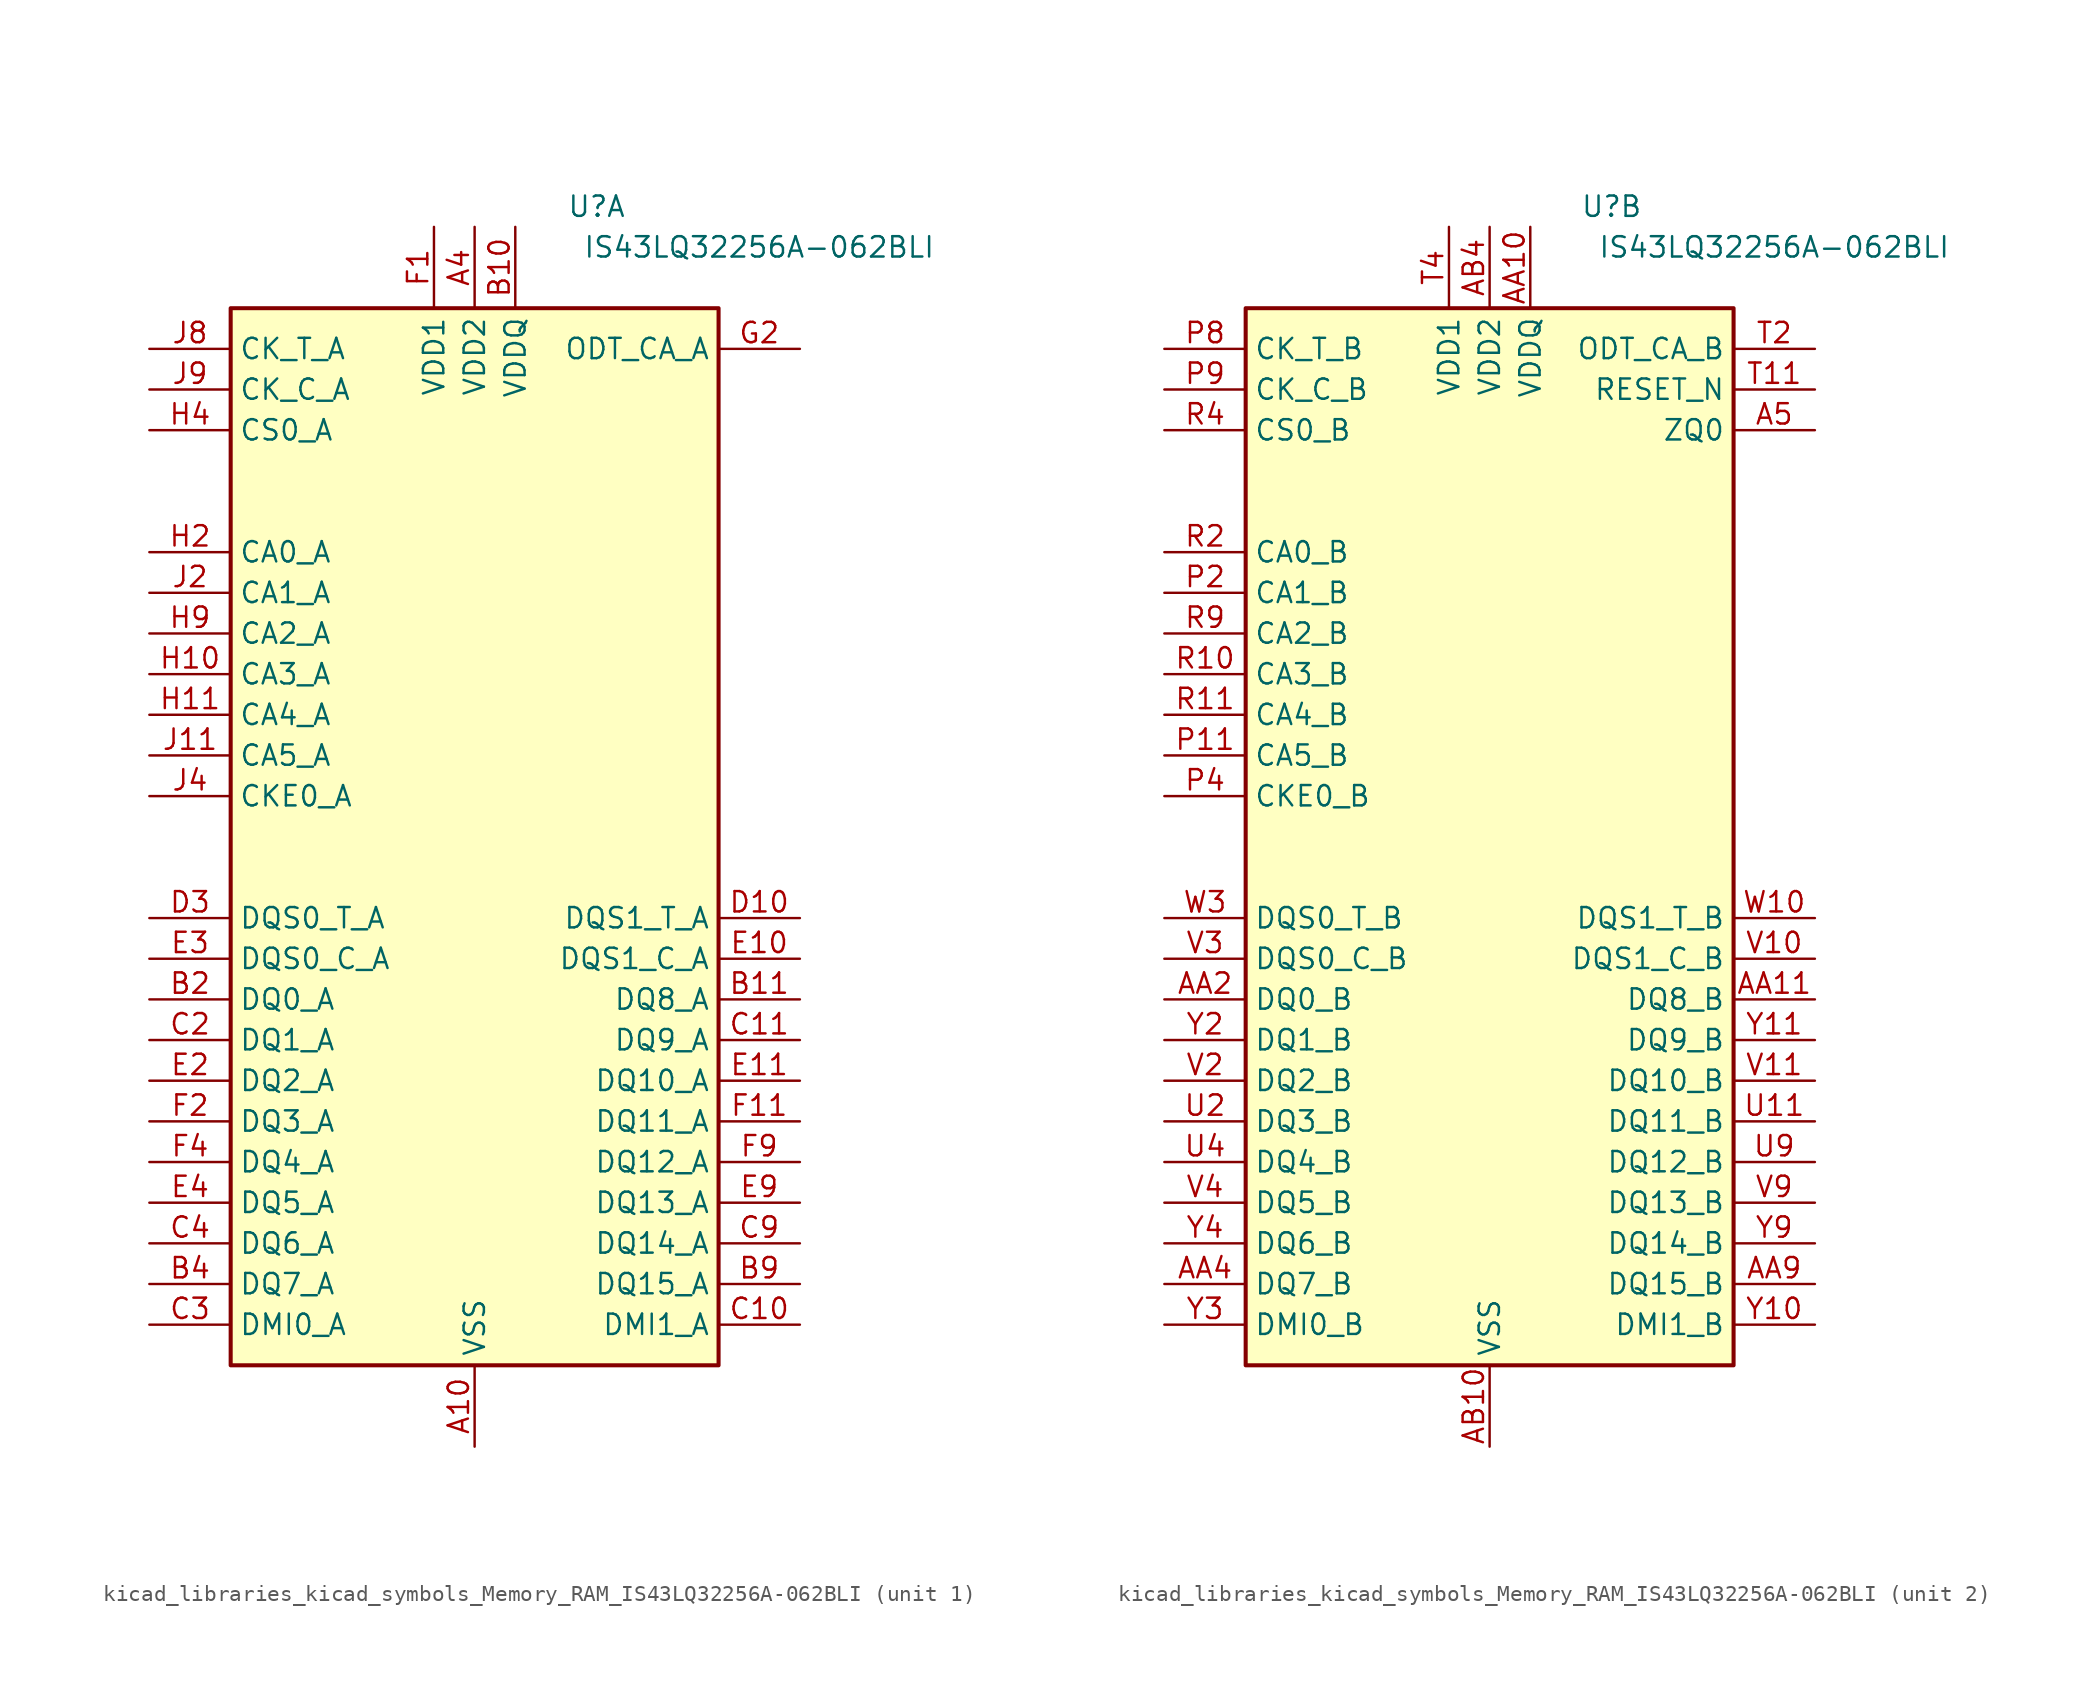
<source format=kicad_sym>
(kicad_symbol_lib
  (version 20220914)
  (generator kicad_symbol_editor)
  (symbol "kicad_libraries_kicad_symbols_Memory_RAM_IS43LQ32256A-062BLI"
    (property "Reference" "U"
      (at 7.62 39.37 0)
      (effects (font (size 1.27 1.27))))
    (property "Value" "IS43LQ32256A-062BLI"
      (at 17.78 36.83 0)
      (effects (font (size 1.27 1.27))))
    (property "ki_locked" ""
      (at 0 0 0)
      (effects (font (size 1.27 1.27))))
    (symbol "kicad_libraries_kicad_symbols_Memory_RAM_IS43LQ32256A-062BLI_1_0"
      (rectangle (start -15.24 -33.02) (end 15.24 33.02) (stroke (width 0.254) (type default)) (fill (type background))))
    (symbol "kicad_libraries_kicad_symbols_Memory_RAM_IS43LQ32256A-062BLI_1_1"
      (pin no_connect line (at 15.24 12.7 180) (length 5.08) hide (name "DNU" (effects (font (size 1.27 1.27)))) (number "A1" (effects (font (size 1.27 1.27)))))
      (pin power_in line (at 0 -38.1 90) (length 5.08) (name "VSS" (effects (font (size 1.27 1.27)))) (number "A10" (effects (font (size 1.27 1.27)))))
      (pin no_connect line (at 15.24 7.62 180) (length 5.08) hide (name "DNU" (effects (font (size 1.27 1.27)))) (number "A11" (effects (font (size 1.27 1.27)))))
      (pin no_connect line (at 15.24 5.08 180) (length 5.08) hide (name "DNU" (effects (font (size 1.27 1.27)))) (number "A12" (effects (font (size 1.27 1.27)))))
      (pin no_connect line (at 15.24 10.16 180) (length 5.08) hide (name "DNU" (effects (font (size 1.27 1.27)))) (number "A2" (effects (font (size 1.27 1.27)))))
      (pin passive line (at 0 -38.1 90) (length 5.08) hide (name "VSS" (effects (font (size 1.27 1.27)))) (number "A3" (effects (font (size 1.27 1.27)))))
      (pin power_in line (at 0 38.1 270) (length 5.08) (name "VDD2" (effects (font (size 1.27 1.27)))) (number "A4" (effects (font (size 1.27 1.27)))))
      (pin passive line (at 0 38.1 270) (length 5.08) hide (name "VDD2" (effects (font (size 1.27 1.27)))) (number "A9" (effects (font (size 1.27 1.27)))))
      (pin no_connect line (at 15.24 2.54 180) (length 5.08) hide (name "DNU" (effects (font (size 1.27 1.27)))) (number "B1" (effects (font (size 1.27 1.27)))))
      (pin power_in line (at 2.54 38.1 270) (length 5.08) (name "VDDQ" (effects (font (size 1.27 1.27)))) (number "B10" (effects (font (size 1.27 1.27)))))
      (pin bidirectional line (at 20.32 -10.16 180) (length 5.08) (name "DQ8_A" (effects (font (size 1.27 1.27)))) (number "B11" (effects (font (size 1.27 1.27)))))
      (pin no_connect line (at 15.24 0 180) (length 5.08) hide (name "DNU" (effects (font (size 1.27 1.27)))) (number "B12" (effects (font (size 1.27 1.27)))))
      (pin bidirectional line (at -20.32 -10.16 0) (length 5.08) (name "DQ0_A" (effects (font (size 1.27 1.27)))) (number "B2" (effects (font (size 1.27 1.27)))))
      (pin passive line (at 2.54 38.1 270) (length 5.08) hide (name "VDDQ" (effects (font (size 1.27 1.27)))) (number "B3" (effects (font (size 1.27 1.27)))))
      (pin bidirectional line (at -20.32 -27.94 0) (length 5.08) (name "DQ7_A" (effects (font (size 1.27 1.27)))) (number "B4" (effects (font (size 1.27 1.27)))))
      (pin passive line (at 2.54 38.1 270) (length 5.08) hide (name "VDDQ" (effects (font (size 1.27 1.27)))) (number "B5" (effects (font (size 1.27 1.27)))))
      (pin passive line (at 2.54 38.1 270) (length 5.08) hide (name "VDDQ" (effects (font (size 1.27 1.27)))) (number "B8" (effects (font (size 1.27 1.27)))))
      (pin bidirectional line (at 20.32 -27.94 180) (length 5.08) (name "DQ15_A" (effects (font (size 1.27 1.27)))) (number "B9" (effects (font (size 1.27 1.27)))))
      (pin passive line (at 0 -38.1 90) (length 5.08) hide (name "VSS" (effects (font (size 1.27 1.27)))) (number "C1" (effects (font (size 1.27 1.27)))))
      (pin bidirectional line (at 20.32 -30.48 180) (length 5.08) (name "DMI1_A" (effects (font (size 1.27 1.27)))) (number "C10" (effects (font (size 1.27 1.27)))))
      (pin bidirectional line (at 20.32 -12.7 180) (length 5.08) (name "DQ9_A" (effects (font (size 1.27 1.27)))) (number "C11" (effects (font (size 1.27 1.27)))))
      (pin passive line (at 0 -38.1 90) (length 5.08) hide (name "VSS" (effects (font (size 1.27 1.27)))) (number "C12" (effects (font (size 1.27 1.27)))))
      (pin bidirectional line (at -20.32 -12.7 0) (length 5.08) (name "DQ1_A" (effects (font (size 1.27 1.27)))) (number "C2" (effects (font (size 1.27 1.27)))))
      (pin bidirectional line (at -20.32 -30.48 0) (length 5.08) (name "DMI0_A" (effects (font (size 1.27 1.27)))) (number "C3" (effects (font (size 1.27 1.27)))))
      (pin bidirectional line (at -20.32 -25.4 0) (length 5.08) (name "DQ6_A" (effects (font (size 1.27 1.27)))) (number "C4" (effects (font (size 1.27 1.27)))))
      (pin passive line (at 0 -38.1 90) (length 5.08) hide (name "VSS" (effects (font (size 1.27 1.27)))) (number "C5" (effects (font (size 1.27 1.27)))))
      (pin passive line (at 0 -38.1 90) (length 5.08) hide (name "VSS" (effects (font (size 1.27 1.27)))) (number "C8" (effects (font (size 1.27 1.27)))))
      (pin bidirectional line (at 20.32 -25.4 180) (length 5.08) (name "DQ14_A" (effects (font (size 1.27 1.27)))) (number "C9" (effects (font (size 1.27 1.27)))))
      (pin passive line (at 2.54 38.1 270) (length 5.08) hide (name "VDDQ" (effects (font (size 1.27 1.27)))) (number "D1" (effects (font (size 1.27 1.27)))))
      (pin bidirectional line (at 20.32 -5.08 180) (length 5.08) (name "DQS1_T_A" (effects (font (size 1.27 1.27)))) (number "D10" (effects (font (size 1.27 1.27)))))
      (pin passive line (at 0 -38.1 90) (length 5.08) hide (name "VSS" (effects (font (size 1.27 1.27)))) (number "D11" (effects (font (size 1.27 1.27)))))
      (pin passive line (at 2.54 38.1 270) (length 5.08) hide (name "VDDQ" (effects (font (size 1.27 1.27)))) (number "D12" (effects (font (size 1.27 1.27)))))
      (pin passive line (at 0 -38.1 90) (length 5.08) hide (name "VSS" (effects (font (size 1.27 1.27)))) (number "D2" (effects (font (size 1.27 1.27)))))
      (pin bidirectional line (at -20.32 -5.08 0) (length 5.08) (name "DQS0_T_A" (effects (font (size 1.27 1.27)))) (number "D3" (effects (font (size 1.27 1.27)))))
      (pin passive line (at 0 -38.1 90) (length 5.08) hide (name "VSS" (effects (font (size 1.27 1.27)))) (number "D4" (effects (font (size 1.27 1.27)))))
      (pin passive line (at 2.54 38.1 270) (length 5.08) hide (name "VDDQ" (effects (font (size 1.27 1.27)))) (number "D5" (effects (font (size 1.27 1.27)))))
      (pin passive line (at 2.54 38.1 270) (length 5.08) hide (name "VDDQ" (effects (font (size 1.27 1.27)))) (number "D8" (effects (font (size 1.27 1.27)))))
      (pin passive line (at 0 -38.1 90) (length 5.08) hide (name "VSS" (effects (font (size 1.27 1.27)))) (number "D9" (effects (font (size 1.27 1.27)))))
      (pin passive line (at 0 -38.1 90) (length 5.08) hide (name "VSS" (effects (font (size 1.27 1.27)))) (number "E1" (effects (font (size 1.27 1.27)))))
      (pin bidirectional line (at 20.32 -7.62 180) (length 5.08) (name "DQS1_C_A" (effects (font (size 1.27 1.27)))) (number "E10" (effects (font (size 1.27 1.27)))))
      (pin bidirectional line (at 20.32 -15.24 180) (length 5.08) (name "DQ10_A" (effects (font (size 1.27 1.27)))) (number "E11" (effects (font (size 1.27 1.27)))))
      (pin passive line (at 0 -38.1 90) (length 5.08) hide (name "VSS" (effects (font (size 1.27 1.27)))) (number "E12" (effects (font (size 1.27 1.27)))))
      (pin bidirectional line (at -20.32 -15.24 0) (length 5.08) (name "DQ2_A" (effects (font (size 1.27 1.27)))) (number "E2" (effects (font (size 1.27 1.27)))))
      (pin bidirectional line (at -20.32 -7.62 0) (length 5.08) (name "DQS0_C_A" (effects (font (size 1.27 1.27)))) (number "E3" (effects (font (size 1.27 1.27)))))
      (pin bidirectional line (at -20.32 -22.86 0) (length 5.08) (name "DQ5_A" (effects (font (size 1.27 1.27)))) (number "E4" (effects (font (size 1.27 1.27)))))
      (pin passive line (at 0 -38.1 90) (length 5.08) hide (name "VSS" (effects (font (size 1.27 1.27)))) (number "E5" (effects (font (size 1.27 1.27)))))
      (pin passive line (at 0 -38.1 90) (length 5.08) hide (name "VSS" (effects (font (size 1.27 1.27)))) (number "E8" (effects (font (size 1.27 1.27)))))
      (pin bidirectional line (at 20.32 -22.86 180) (length 5.08) (name "DQ13_A" (effects (font (size 1.27 1.27)))) (number "E9" (effects (font (size 1.27 1.27)))))
      (pin power_in line (at -2.54 38.1 270) (length 5.08) (name "VDD1" (effects (font (size 1.27 1.27)))) (number "F1" (effects (font (size 1.27 1.27)))))
      (pin passive line (at 2.54 38.1 270) (length 5.08) hide (name "VDDQ" (effects (font (size 1.27 1.27)))) (number "F10" (effects (font (size 1.27 1.27)))))
      (pin bidirectional line (at 20.32 -17.78 180) (length 5.08) (name "DQ11_A" (effects (font (size 1.27 1.27)))) (number "F11" (effects (font (size 1.27 1.27)))))
      (pin passive line (at -2.54 38.1 270) (length 5.08) hide (name "VDD1" (effects (font (size 1.27 1.27)))) (number "F12" (effects (font (size 1.27 1.27)))))
      (pin bidirectional line (at -20.32 -17.78 0) (length 5.08) (name "DQ3_A" (effects (font (size 1.27 1.27)))) (number "F2" (effects (font (size 1.27 1.27)))))
      (pin passive line (at 2.54 38.1 270) (length 5.08) hide (name "VDDQ" (effects (font (size 1.27 1.27)))) (number "F3" (effects (font (size 1.27 1.27)))))
      (pin bidirectional line (at -20.32 -20.32 0) (length 5.08) (name "DQ4_A" (effects (font (size 1.27 1.27)))) (number "F4" (effects (font (size 1.27 1.27)))))
      (pin passive line (at 0 38.1 270) (length 5.08) hide (name "VDD2" (effects (font (size 1.27 1.27)))) (number "F5" (effects (font (size 1.27 1.27)))))
      (pin passive line (at 0 38.1 270) (length 5.08) hide (name "VDD2" (effects (font (size 1.27 1.27)))) (number "F8" (effects (font (size 1.27 1.27)))))
      (pin bidirectional line (at 20.32 -20.32 180) (length 5.08) (name "DQ12_A" (effects (font (size 1.27 1.27)))) (number "F9" (effects (font (size 1.27 1.27)))))
      (pin passive line (at 0 -38.1 90) (length 5.08) hide (name "VSS" (effects (font (size 1.27 1.27)))) (number "G1" (effects (font (size 1.27 1.27)))))
      (pin passive line (at 0 -38.1 90) (length 5.08) hide (name "VSS" (effects (font (size 1.27 1.27)))) (number "G10" (effects (font (size 1.27 1.27)))))
      (pin passive line (at 0 -38.1 90) (length 5.08) hide (name "VSS" (effects (font (size 1.27 1.27)))) (number "G12" (effects (font (size 1.27 1.27)))))
      (pin input line (at 20.32 30.48 180) (length 5.08) (name "ODT_CA_A" (effects (font (size 1.27 1.27)))) (number "G2" (effects (font (size 1.27 1.27)))))
      (pin passive line (at 0 -38.1 90) (length 5.08) hide (name "VSS" (effects (font (size 1.27 1.27)))) (number "G3" (effects (font (size 1.27 1.27)))))
      (pin passive line (at -2.54 38.1 270) (length 5.08) hide (name "VDD1" (effects (font (size 1.27 1.27)))) (number "G4" (effects (font (size 1.27 1.27)))))
      (pin passive line (at 0 -38.1 90) (length 5.08) hide (name "VSS" (effects (font (size 1.27 1.27)))) (number "G5" (effects (font (size 1.27 1.27)))))
      (pin passive line (at 0 -38.1 90) (length 5.08) hide (name "VSS" (effects (font (size 1.27 1.27)))) (number "G8" (effects (font (size 1.27 1.27)))))
      (pin passive line (at -2.54 38.1 270) (length 5.08) hide (name "VDD1" (effects (font (size 1.27 1.27)))) (number "G9" (effects (font (size 1.27 1.27)))))
      (pin passive line (at 0 38.1 270) (length 5.08) hide (name "VDD2" (effects (font (size 1.27 1.27)))) (number "H1" (effects (font (size 1.27 1.27)))))
      (pin input line (at -20.32 10.16 0) (length 5.08) (name "CA3_A" (effects (font (size 1.27 1.27)))) (number "H10" (effects (font (size 1.27 1.27)))))
      (pin input line (at -20.32 7.62 0) (length 5.08) (name "CA4_A" (effects (font (size 1.27 1.27)))) (number "H11" (effects (font (size 1.27 1.27)))))
      (pin passive line (at 0 38.1 270) (length 5.08) hide (name "VDD2" (effects (font (size 1.27 1.27)))) (number "H12" (effects (font (size 1.27 1.27)))))
      (pin input line (at -20.32 17.78 0) (length 5.08) (name "CA0_A" (effects (font (size 1.27 1.27)))) (number "H2" (effects (font (size 1.27 1.27)))))
      (pin no_connect line (at -15.24 22.86 0) (length 5.08) hide (name "NC" (effects (font (size 1.27 1.27)))) (number "H3" (effects (font (size 1.27 1.27)))))
      (pin input line (at -20.32 25.4 0) (length 5.08) (name "CS0_A" (effects (font (size 1.27 1.27)))) (number "H4" (effects (font (size 1.27 1.27)))))
      (pin passive line (at 0 38.1 270) (length 5.08) hide (name "VDD2" (effects (font (size 1.27 1.27)))) (number "H5" (effects (font (size 1.27 1.27)))))
      (pin passive line (at 0 38.1 270) (length 5.08) hide (name "VDD2" (effects (font (size 1.27 1.27)))) (number "H8" (effects (font (size 1.27 1.27)))))
      (pin input line (at -20.32 12.7 0) (length 5.08) (name "CA2_A" (effects (font (size 1.27 1.27)))) (number "H9" (effects (font (size 1.27 1.27)))))
      (pin passive line (at 0 -38.1 90) (length 5.08) hide (name "VSS" (effects (font (size 1.27 1.27)))) (number "J1" (effects (font (size 1.27 1.27)))))
      (pin passive line (at 0 -38.1 90) (length 5.08) hide (name "VSS" (effects (font (size 1.27 1.27)))) (number "J10" (effects (font (size 1.27 1.27)))))
      (pin input line (at -20.32 5.08 0) (length 5.08) (name "CA5_A" (effects (font (size 1.27 1.27)))) (number "J11" (effects (font (size 1.27 1.27)))))
      (pin passive line (at 0 -38.1 90) (length 5.08) hide (name "VSS" (effects (font (size 1.27 1.27)))) (number "J12" (effects (font (size 1.27 1.27)))))
      (pin input line (at -20.32 15.24 0) (length 5.08) (name "CA1_A" (effects (font (size 1.27 1.27)))) (number "J2" (effects (font (size 1.27 1.27)))))
      (pin passive line (at 0 -38.1 90) (length 5.08) hide (name "VSS" (effects (font (size 1.27 1.27)))) (number "J3" (effects (font (size 1.27 1.27)))))
      (pin input line (at -20.32 2.54 0) (length 5.08) (name "CKE0_A" (effects (font (size 1.27 1.27)))) (number "J4" (effects (font (size 1.27 1.27)))))
      (pin no_connect line (at -15.24 0 0) (length 5.08) hide (name "NC" (effects (font (size 1.27 1.27)))) (number "J5" (effects (font (size 1.27 1.27)))))
      (pin input line (at -20.32 30.48 0) (length 5.08) (name "CK_T_A" (effects (font (size 1.27 1.27)))) (number "J8" (effects (font (size 1.27 1.27)))))
      (pin input line (at -20.32 27.94 0) (length 5.08) (name "CK_C_A" (effects (font (size 1.27 1.27)))) (number "J9" (effects (font (size 1.27 1.27)))))
      (pin passive line (at 0 38.1 270) (length 5.08) hide (name "VDD2" (effects (font (size 1.27 1.27)))) (number "K1" (effects (font (size 1.27 1.27)))))
      (pin passive line (at 0 38.1 270) (length 5.08) hide (name "VDD2" (effects (font (size 1.27 1.27)))) (number "K10" (effects (font (size 1.27 1.27)))))
      (pin passive line (at 0 -38.1 90) (length 5.08) hide (name "VSS" (effects (font (size 1.27 1.27)))) (number "K11" (effects (font (size 1.27 1.27)))))
      (pin passive line (at 0 38.1 270) (length 5.08) hide (name "VDD2" (effects (font (size 1.27 1.27)))) (number "K12" (effects (font (size 1.27 1.27)))))
      (pin passive line (at 0 -38.1 90) (length 5.08) hide (name "VSS" (effects (font (size 1.27 1.27)))) (number "K2" (effects (font (size 1.27 1.27)))))
      (pin passive line (at 0 38.1 270) (length 5.08) hide (name "VDD2" (effects (font (size 1.27 1.27)))) (number "K3" (effects (font (size 1.27 1.27)))))
      (pin passive line (at 0 -38.1 90) (length 5.08) hide (name "VSS" (effects (font (size 1.27 1.27)))) (number "K4" (effects (font (size 1.27 1.27)))))
      (pin no_connect line (at -15.24 20.32 0) (length 5.08) hide (name "NC" (effects (font (size 1.27 1.27)))) (number "K5" (effects (font (size 1.27 1.27)))))
      (pin no_connect line (at -15.24 -2.54 0) (length 5.08) hide (name "NC" (effects (font (size 1.27 1.27)))) (number "K8" (effects (font (size 1.27 1.27)))))
      (pin passive line (at 0 -38.1 90) (length 5.08) hide (name "VSS" (effects (font (size 1.27 1.27)))) (number "K9" (effects (font (size 1.27 1.27))))))
    (symbol "kicad_libraries_kicad_symbols_Memory_RAM_IS43LQ32256A-062BLI_2_0"
      (rectangle (start -15.24 -33.02) (end 15.24 33.02) (stroke (width 0.254) (type default)) (fill (type background))))
    (symbol "kicad_libraries_kicad_symbols_Memory_RAM_IS43LQ32256A-062BLI_2_1"
      (pin input line (at 20.32 25.4 180) (length 5.08) (name "ZQ0" (effects (font (size 1.27 1.27)))) (number "A5" (effects (font (size 1.27 1.27)))))
      (pin no_connect line (at 15.24 22.86 180) (length 5.08) hide (name "NC" (effects (font (size 1.27 1.27)))) (number "A8" (effects (font (size 1.27 1.27)))))
      (pin no_connect line (at 15.24 12.7 180) (length 5.08) hide (name "DNU" (effects (font (size 1.27 1.27)))) (number "AA1" (effects (font (size 1.27 1.27)))))
      (pin power_in line (at 2.54 38.1 270) (length 5.08) (name "VDDQ" (effects (font (size 1.27 1.27)))) (number "AA10" (effects (font (size 1.27 1.27)))))
      (pin bidirectional line (at 20.32 -10.16 180) (length 5.08) (name "DQ8_B" (effects (font (size 1.27 1.27)))) (number "AA11" (effects (font (size 1.27 1.27)))))
      (pin no_connect line (at 15.24 10.16 180) (length 5.08) hide (name "DNU" (effects (font (size 1.27 1.27)))) (number "AA12" (effects (font (size 1.27 1.27)))))
      (pin bidirectional line (at -20.32 -10.16 0) (length 5.08) (name "DQ0_B" (effects (font (size 1.27 1.27)))) (number "AA2" (effects (font (size 1.27 1.27)))))
      (pin passive line (at 2.54 38.1 270) (length 5.08) hide (name "VDDQ" (effects (font (size 1.27 1.27)))) (number "AA3" (effects (font (size 1.27 1.27)))))
      (pin bidirectional line (at -20.32 -27.94 0) (length 5.08) (name "DQ7_B" (effects (font (size 1.27 1.27)))) (number "AA4" (effects (font (size 1.27 1.27)))))
      (pin passive line (at 2.54 38.1 270) (length 5.08) hide (name "VDDQ" (effects (font (size 1.27 1.27)))) (number "AA5" (effects (font (size 1.27 1.27)))))
      (pin passive line (at 2.54 38.1 270) (length 5.08) hide (name "VDDQ" (effects (font (size 1.27 1.27)))) (number "AA8" (effects (font (size 1.27 1.27)))))
      (pin bidirectional line (at 20.32 -27.94 180) (length 5.08) (name "DQ15_B" (effects (font (size 1.27 1.27)))) (number "AA9" (effects (font (size 1.27 1.27)))))
      (pin no_connect line (at 15.24 7.62 180) (length 5.08) hide (name "DNU" (effects (font (size 1.27 1.27)))) (number "AB1" (effects (font (size 1.27 1.27)))))
      (pin power_in line (at 0 -38.1 90) (length 5.08) (name "VSS" (effects (font (size 1.27 1.27)))) (number "AB10" (effects (font (size 1.27 1.27)))))
      (pin no_connect line (at 15.24 2.54 180) (length 5.08) hide (name "DNU" (effects (font (size 1.27 1.27)))) (number "AB11" (effects (font (size 1.27 1.27)))))
      (pin no_connect line (at 15.24 0 180) (length 5.08) hide (name "DNU" (effects (font (size 1.27 1.27)))) (number "AB12" (effects (font (size 1.27 1.27)))))
      (pin no_connect line (at 15.24 5.08 180) (length 5.08) hide (name "DNU" (effects (font (size 1.27 1.27)))) (number "AB2" (effects (font (size 1.27 1.27)))))
      (pin passive line (at 0 -38.1 90) (length 5.08) hide (name "VSS" (effects (font (size 1.27 1.27)))) (number "AB3" (effects (font (size 1.27 1.27)))))
      (pin power_in line (at 0 38.1 270) (length 5.08) (name "VDD2" (effects (font (size 1.27 1.27)))) (number "AB4" (effects (font (size 1.27 1.27)))))
      (pin passive line (at 0 -38.1 90) (length 5.08) hide (name "VSS" (effects (font (size 1.27 1.27)))) (number "AB5" (effects (font (size 1.27 1.27)))))
      (pin passive line (at 0 -38.1 90) (length 5.08) hide (name "VSS" (effects (font (size 1.27 1.27)))) (number "AB8" (effects (font (size 1.27 1.27)))))
      (pin passive line (at 0 38.1 270) (length 5.08) hide (name "VDD2" (effects (font (size 1.27 1.27)))) (number "AB9" (effects (font (size 1.27 1.27)))))
      (pin no_connect line (at 15.24 20.32 180) (length 5.08) hide (name "NC" (effects (font (size 1.27 1.27)))) (number "G11" (effects (font (size 1.27 1.27)))))
      (pin passive line (at 0 38.1 270) (length 5.08) hide (name "VDD2" (effects (font (size 1.27 1.27)))) (number "N1" (effects (font (size 1.27 1.27)))))
      (pin passive line (at 0 38.1 270) (length 5.08) hide (name "VDD2" (effects (font (size 1.27 1.27)))) (number "N10" (effects (font (size 1.27 1.27)))))
      (pin passive line (at 0 -38.1 90) (length 5.08) hide (name "VSS" (effects (font (size 1.27 1.27)))) (number "N11" (effects (font (size 1.27 1.27)))))
      (pin passive line (at 0 38.1 270) (length 5.08) hide (name "VDD2" (effects (font (size 1.27 1.27)))) (number "N12" (effects (font (size 1.27 1.27)))))
      (pin passive line (at 0 -38.1 90) (length 5.08) hide (name "VSS" (effects (font (size 1.27 1.27)))) (number "N2" (effects (font (size 1.27 1.27)))))
      (pin passive line (at 0 38.1 270) (length 5.08) hide (name "VDD2" (effects (font (size 1.27 1.27)))) (number "N3" (effects (font (size 1.27 1.27)))))
      (pin passive line (at 0 -38.1 90) (length 5.08) hide (name "VSS" (effects (font (size 1.27 1.27)))) (number "N4" (effects (font (size 1.27 1.27)))))
      (pin no_connect line (at -15.24 20.32 0) (length 5.08) hide (name "NC" (effects (font (size 1.27 1.27)))) (number "N5" (effects (font (size 1.27 1.27)))))
      (pin no_connect line (at -15.24 -2.54 0) (length 5.08) hide (name "NC" (effects (font (size 1.27 1.27)))) (number "N8" (effects (font (size 1.27 1.27)))))
      (pin passive line (at 0 -38.1 90) (length 5.08) hide (name "VSS" (effects (font (size 1.27 1.27)))) (number "N9" (effects (font (size 1.27 1.27)))))
      (pin passive line (at 0 -38.1 90) (length 5.08) hide (name "VSS" (effects (font (size 1.27 1.27)))) (number "P1" (effects (font (size 1.27 1.27)))))
      (pin passive line (at 0 -38.1 90) (length 5.08) hide (name "VSS" (effects (font (size 1.27 1.27)))) (number "P10" (effects (font (size 1.27 1.27)))))
      (pin input line (at -20.32 5.08 0) (length 5.08) (name "CA5_B" (effects (font (size 1.27 1.27)))) (number "P11" (effects (font (size 1.27 1.27)))))
      (pin passive line (at 0 -38.1 90) (length 5.08) hide (name "VSS" (effects (font (size 1.27 1.27)))) (number "P12" (effects (font (size 1.27 1.27)))))
      (pin input line (at -20.32 15.24 0) (length 5.08) (name "CA1_B" (effects (font (size 1.27 1.27)))) (number "P2" (effects (font (size 1.27 1.27)))))
      (pin passive line (at 0 -38.1 90) (length 5.08) hide (name "VSS" (effects (font (size 1.27 1.27)))) (number "P3" (effects (font (size 1.27 1.27)))))
      (pin input line (at -20.32 2.54 0) (length 5.08) (name "CKE0_B" (effects (font (size 1.27 1.27)))) (number "P4" (effects (font (size 1.27 1.27)))))
      (pin no_connect line (at -15.24 0 0) (length 5.08) hide (name "NC" (effects (font (size 1.27 1.27)))) (number "P5" (effects (font (size 1.27 1.27)))))
      (pin input line (at -20.32 30.48 0) (length 5.08) (name "CK_T_B" (effects (font (size 1.27 1.27)))) (number "P8" (effects (font (size 1.27 1.27)))))
      (pin input line (at -20.32 27.94 0) (length 5.08) (name "CK_C_B" (effects (font (size 1.27 1.27)))) (number "P9" (effects (font (size 1.27 1.27)))))
      (pin passive line (at 0 38.1 270) (length 5.08) hide (name "VDD2" (effects (font (size 1.27 1.27)))) (number "R1" (effects (font (size 1.27 1.27)))))
      (pin input line (at -20.32 10.16 0) (length 5.08) (name "CA3_B" (effects (font (size 1.27 1.27)))) (number "R10" (effects (font (size 1.27 1.27)))))
      (pin input line (at -20.32 7.62 0) (length 5.08) (name "CA4_B" (effects (font (size 1.27 1.27)))) (number "R11" (effects (font (size 1.27 1.27)))))
      (pin passive line (at 0 38.1 270) (length 5.08) hide (name "VDD2" (effects (font (size 1.27 1.27)))) (number "R12" (effects (font (size 1.27 1.27)))))
      (pin input line (at -20.32 17.78 0) (length 5.08) (name "CA0_B" (effects (font (size 1.27 1.27)))) (number "R2" (effects (font (size 1.27 1.27)))))
      (pin no_connect line (at -15.24 22.86 0) (length 5.08) hide (name "NC" (effects (font (size 1.27 1.27)))) (number "R3" (effects (font (size 1.27 1.27)))))
      (pin input line (at -20.32 25.4 0) (length 5.08) (name "CS0_B" (effects (font (size 1.27 1.27)))) (number "R4" (effects (font (size 1.27 1.27)))))
      (pin passive line (at 0 38.1 270) (length 5.08) hide (name "VDD2" (effects (font (size 1.27 1.27)))) (number "R5" (effects (font (size 1.27 1.27)))))
      (pin passive line (at 0 38.1 270) (length 5.08) hide (name "VDD2" (effects (font (size 1.27 1.27)))) (number "R8" (effects (font (size 1.27 1.27)))))
      (pin input line (at -20.32 12.7 0) (length 5.08) (name "CA2_B" (effects (font (size 1.27 1.27)))) (number "R9" (effects (font (size 1.27 1.27)))))
      (pin passive line (at 0 -38.1 90) (length 5.08) hide (name "VSS" (effects (font (size 1.27 1.27)))) (number "T1" (effects (font (size 1.27 1.27)))))
      (pin passive line (at 0 -38.1 90) (length 5.08) hide (name "VSS" (effects (font (size 1.27 1.27)))) (number "T10" (effects (font (size 1.27 1.27)))))
      (pin input line (at 20.32 27.94 180) (length 5.08) (name "RESET_N" (effects (font (size 1.27 1.27)))) (number "T11" (effects (font (size 1.27 1.27)))))
      (pin passive line (at 0 -38.1 90) (length 5.08) hide (name "VSS" (effects (font (size 1.27 1.27)))) (number "T12" (effects (font (size 1.27 1.27)))))
      (pin input line (at 20.32 30.48 180) (length 5.08) (name "ODT_CA_B" (effects (font (size 1.27 1.27)))) (number "T2" (effects (font (size 1.27 1.27)))))
      (pin passive line (at 0 -38.1 90) (length 5.08) hide (name "VSS" (effects (font (size 1.27 1.27)))) (number "T3" (effects (font (size 1.27 1.27)))))
      (pin power_in line (at -2.54 38.1 270) (length 5.08) (name "VDD1" (effects (font (size 1.27 1.27)))) (number "T4" (effects (font (size 1.27 1.27)))))
      (pin passive line (at 0 -38.1 90) (length 5.08) hide (name "VSS" (effects (font (size 1.27 1.27)))) (number "T5" (effects (font (size 1.27 1.27)))))
      (pin passive line (at 0 -38.1 90) (length 5.08) hide (name "VSS" (effects (font (size 1.27 1.27)))) (number "T8" (effects (font (size 1.27 1.27)))))
      (pin passive line (at -2.54 38.1 270) (length 5.08) hide (name "VDD1" (effects (font (size 1.27 1.27)))) (number "T9" (effects (font (size 1.27 1.27)))))
      (pin passive line (at -2.54 38.1 270) (length 5.08) hide (name "VDD1" (effects (font (size 1.27 1.27)))) (number "U1" (effects (font (size 1.27 1.27)))))
      (pin passive line (at 2.54 38.1 270) (length 5.08) hide (name "VDDQ" (effects (font (size 1.27 1.27)))) (number "U10" (effects (font (size 1.27 1.27)))))
      (pin bidirectional line (at 20.32 -17.78 180) (length 5.08) (name "DQ11_B" (effects (font (size 1.27 1.27)))) (number "U11" (effects (font (size 1.27 1.27)))))
      (pin passive line (at -2.54 38.1 270) (length 5.08) hide (name "VDD1" (effects (font (size 1.27 1.27)))) (number "U12" (effects (font (size 1.27 1.27)))))
      (pin bidirectional line (at -20.32 -17.78 0) (length 5.08) (name "DQ3_B" (effects (font (size 1.27 1.27)))) (number "U2" (effects (font (size 1.27 1.27)))))
      (pin passive line (at 2.54 38.1 270) (length 5.08) hide (name "VDDQ" (effects (font (size 1.27 1.27)))) (number "U3" (effects (font (size 1.27 1.27)))))
      (pin bidirectional line (at -20.32 -20.32 0) (length 5.08) (name "DQ4_B" (effects (font (size 1.27 1.27)))) (number "U4" (effects (font (size 1.27 1.27)))))
      (pin passive line (at 0 38.1 270) (length 5.08) hide (name "VDD2" (effects (font (size 1.27 1.27)))) (number "U5" (effects (font (size 1.27 1.27)))))
      (pin passive line (at 0 38.1 270) (length 5.08) hide (name "VDD2" (effects (font (size 1.27 1.27)))) (number "U8" (effects (font (size 1.27 1.27)))))
      (pin bidirectional line (at 20.32 -20.32 180) (length 5.08) (name "DQ12_B" (effects (font (size 1.27 1.27)))) (number "U9" (effects (font (size 1.27 1.27)))))
      (pin passive line (at 0 -38.1 90) (length 5.08) hide (name "VSS" (effects (font (size 1.27 1.27)))) (number "V1" (effects (font (size 1.27 1.27)))))
      (pin bidirectional line (at 20.32 -7.62 180) (length 5.08) (name "DQS1_C_B" (effects (font (size 1.27 1.27)))) (number "V10" (effects (font (size 1.27 1.27)))))
      (pin bidirectional line (at 20.32 -15.24 180) (length 5.08) (name "DQ10_B" (effects (font (size 1.27 1.27)))) (number "V11" (effects (font (size 1.27 1.27)))))
      (pin passive line (at 0 -38.1 90) (length 5.08) hide (name "VSS" (effects (font (size 1.27 1.27)))) (number "V12" (effects (font (size 1.27 1.27)))))
      (pin bidirectional line (at -20.32 -15.24 0) (length 5.08) (name "DQ2_B" (effects (font (size 1.27 1.27)))) (number "V2" (effects (font (size 1.27 1.27)))))
      (pin bidirectional line (at -20.32 -7.62 0) (length 5.08) (name "DQS0_C_B" (effects (font (size 1.27 1.27)))) (number "V3" (effects (font (size 1.27 1.27)))))
      (pin bidirectional line (at -20.32 -22.86 0) (length 5.08) (name "DQ5_B" (effects (font (size 1.27 1.27)))) (number "V4" (effects (font (size 1.27 1.27)))))
      (pin passive line (at 0 -38.1 90) (length 5.08) hide (name "VSS" (effects (font (size 1.27 1.27)))) (number "V5" (effects (font (size 1.27 1.27)))))
      (pin passive line (at 0 -38.1 90) (length 5.08) hide (name "VSS" (effects (font (size 1.27 1.27)))) (number "V8" (effects (font (size 1.27 1.27)))))
      (pin bidirectional line (at 20.32 -22.86 180) (length 5.08) (name "DQ13_B" (effects (font (size 1.27 1.27)))) (number "V9" (effects (font (size 1.27 1.27)))))
      (pin passive line (at 2.54 38.1 270) (length 5.08) hide (name "VDDQ" (effects (font (size 1.27 1.27)))) (number "W1" (effects (font (size 1.27 1.27)))))
      (pin bidirectional line (at 20.32 -5.08 180) (length 5.08) (name "DQS1_T_B" (effects (font (size 1.27 1.27)))) (number "W10" (effects (font (size 1.27 1.27)))))
      (pin passive line (at 0 -38.1 90) (length 5.08) hide (name "VSS" (effects (font (size 1.27 1.27)))) (number "W11" (effects (font (size 1.27 1.27)))))
      (pin passive line (at 2.54 38.1 270) (length 5.08) hide (name "VDDQ" (effects (font (size 1.27 1.27)))) (number "W12" (effects (font (size 1.27 1.27)))))
      (pin passive line (at 0 -38.1 90) (length 5.08) hide (name "VSS" (effects (font (size 1.27 1.27)))) (number "W2" (effects (font (size 1.27 1.27)))))
      (pin bidirectional line (at -20.32 -5.08 0) (length 5.08) (name "DQS0_T_B" (effects (font (size 1.27 1.27)))) (number "W3" (effects (font (size 1.27 1.27)))))
      (pin passive line (at 0 -38.1 90) (length 5.08) hide (name "VSS" (effects (font (size 1.27 1.27)))) (number "W4" (effects (font (size 1.27 1.27)))))
      (pin passive line (at 2.54 38.1 270) (length 5.08) hide (name "VDDQ" (effects (font (size 1.27 1.27)))) (number "W5" (effects (font (size 1.27 1.27)))))
      (pin passive line (at 2.54 38.1 270) (length 5.08) hide (name "VDDQ" (effects (font (size 1.27 1.27)))) (number "W8" (effects (font (size 1.27 1.27)))))
      (pin passive line (at 0 -38.1 90) (length 5.08) hide (name "VSS" (effects (font (size 1.27 1.27)))) (number "W9" (effects (font (size 1.27 1.27)))))
      (pin passive line (at 0 -38.1 90) (length 5.08) hide (name "VSS" (effects (font (size 1.27 1.27)))) (number "Y1" (effects (font (size 1.27 1.27)))))
      (pin bidirectional line (at 20.32 -30.48 180) (length 5.08) (name "DMI1_B" (effects (font (size 1.27 1.27)))) (number "Y10" (effects (font (size 1.27 1.27)))))
      (pin bidirectional line (at 20.32 -12.7 180) (length 5.08) (name "DQ9_B" (effects (font (size 1.27 1.27)))) (number "Y11" (effects (font (size 1.27 1.27)))))
      (pin passive line (at 0 -38.1 90) (length 5.08) hide (name "VSS" (effects (font (size 1.27 1.27)))) (number "Y12" (effects (font (size 1.27 1.27)))))
      (pin bidirectional line (at -20.32 -12.7 0) (length 5.08) (name "DQ1_B" (effects (font (size 1.27 1.27)))) (number "Y2" (effects (font (size 1.27 1.27)))))
      (pin bidirectional line (at -20.32 -30.48 0) (length 5.08) (name "DMI0_B" (effects (font (size 1.27 1.27)))) (number "Y3" (effects (font (size 1.27 1.27)))))
      (pin bidirectional line (at -20.32 -25.4 0) (length 5.08) (name "DQ6_B" (effects (font (size 1.27 1.27)))) (number "Y4" (effects (font (size 1.27 1.27)))))
      (pin passive line (at 0 -38.1 90) (length 5.08) hide (name "VSS" (effects (font (size 1.27 1.27)))) (number "Y5" (effects (font (size 1.27 1.27)))))
      (pin passive line (at 0 -38.1 90) (length 5.08) hide (name "VSS" (effects (font (size 1.27 1.27)))) (number "Y8" (effects (font (size 1.27 1.27)))))
      (pin bidirectional line (at 20.32 -25.4 180) (length 5.08) (name "DQ14_B" (effects (font (size 1.27 1.27)))) (number "Y9" (effects (font (size 1.27 1.27))))))))
</source>
